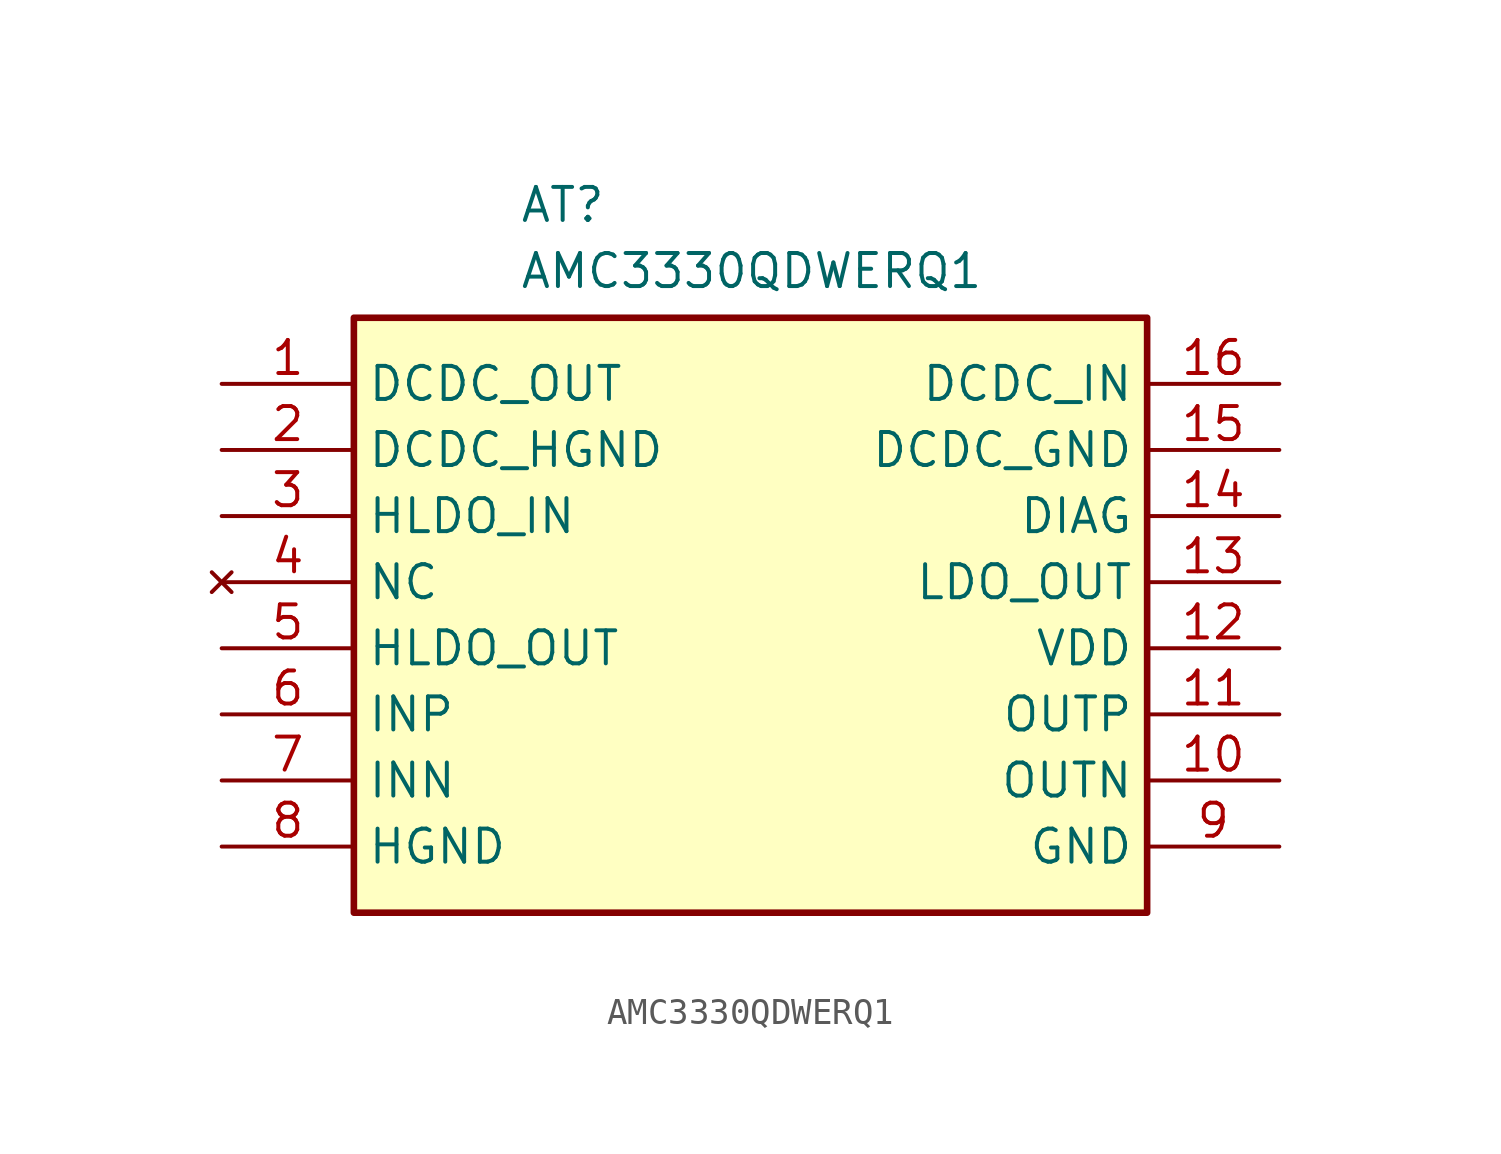
<source format=kicad_sym>
(kicad_symbol_lib
  (version 20231120)
  (generator "kicad_symbol_editor")
  (generator_version "8.0")
  (symbol "AMC3330QDWERQ1"
    (property "Reference" "AT"
      (at 11.43 7.62 0)
      (effects (font (size 1.27 1.27)) (justify left top)))
    (property "Value" "AMC3330QDWERQ1"
      (at 11.43 5.08 0)
      (effects (font (size 1.27 1.27)) (justify left top)))
    (symbol "AMC3330QDWERQ1_1_1"
      (rectangle (start 5.08 2.54) (end 35.56 -20.32) (stroke (width 0.254) (type default)) (fill (type background)))
      (pin power_in line (at 0 0 0) (length 5.08) (name "DCDC_OUT" (effects (font (size 1.27 1.27)))) (number "1" (effects (font (size 1.27 1.27)))))
      (pin output line (at 40.64 -15.24 180) (length 5.08) (name "OUTN" (effects (font (size 1.27 1.27)))) (number "10" (effects (font (size 1.27 1.27)))))
      (pin output line (at 40.64 -12.7 180) (length 5.08) (name "OUTP" (effects (font (size 1.27 1.27)))) (number "11" (effects (font (size 1.27 1.27)))))
      (pin power_in line (at 40.64 -10.16 180) (length 5.08) (name "VDD" (effects (font (size 1.27 1.27)))) (number "12" (effects (font (size 1.27 1.27)))))
      (pin power_in line (at 40.64 -7.62 180) (length 5.08) (name "LDO_OUT" (effects (font (size 1.27 1.27)))) (number "13" (effects (font (size 1.27 1.27)))))
      (pin output line (at 40.64 -5.08 180) (length 5.08) (name "DIAG" (effects (font (size 1.27 1.27)))) (number "14" (effects (font (size 1.27 1.27)))))
      (pin power_in line (at 40.64 -2.54 180) (length 5.08) (name "DCDC_GND" (effects (font (size 1.27 1.27)))) (number "15" (effects (font (size 1.27 1.27)))))
      (pin power_in line (at 40.64 0 180) (length 5.08) (name "DCDC_IN" (effects (font (size 1.27 1.27)))) (number "16" (effects (font (size 1.27 1.27)))))
      (pin power_in line (at 0 -2.54 0) (length 5.08) (name "DCDC_HGND" (effects (font (size 1.27 1.27)))) (number "2" (effects (font (size 1.27 1.27)))))
      (pin power_in line (at 0 -5.08 0) (length 5.08) (name "HLDO_IN" (effects (font (size 1.27 1.27)))) (number "3" (effects (font (size 1.27 1.27)))))
      (pin no_connect line (at 0 -7.62 0) (length 5.08) (name "NC" (effects (font (size 1.27 1.27)))) (number "4" (effects (font (size 1.27 1.27)))))
      (pin power_in line (at 0 -10.16 0) (length 5.08) (name "HLDO_OUT" (effects (font (size 1.27 1.27)))) (number "5" (effects (font (size 1.27 1.27)))))
      (pin input line (at 0 -12.7 0) (length 5.08) (name "INP" (effects (font (size 1.27 1.27)))) (number "6" (effects (font (size 1.27 1.27)))))
      (pin input line (at 0 -15.24 0) (length 5.08) (name "INN" (effects (font (size 1.27 1.27)))) (number "7" (effects (font (size 1.27 1.27)))))
      (pin power_in line (at 0 -17.78 0) (length 5.08) (name "HGND" (effects (font (size 1.27 1.27)))) (number "8" (effects (font (size 1.27 1.27)))))
      (pin power_in line (at 40.64 -17.78 180) (length 5.08) (name "GND" (effects (font (size 1.27 1.27)))) (number "9" (effects (font (size 1.27 1.27))))))))
</source>
